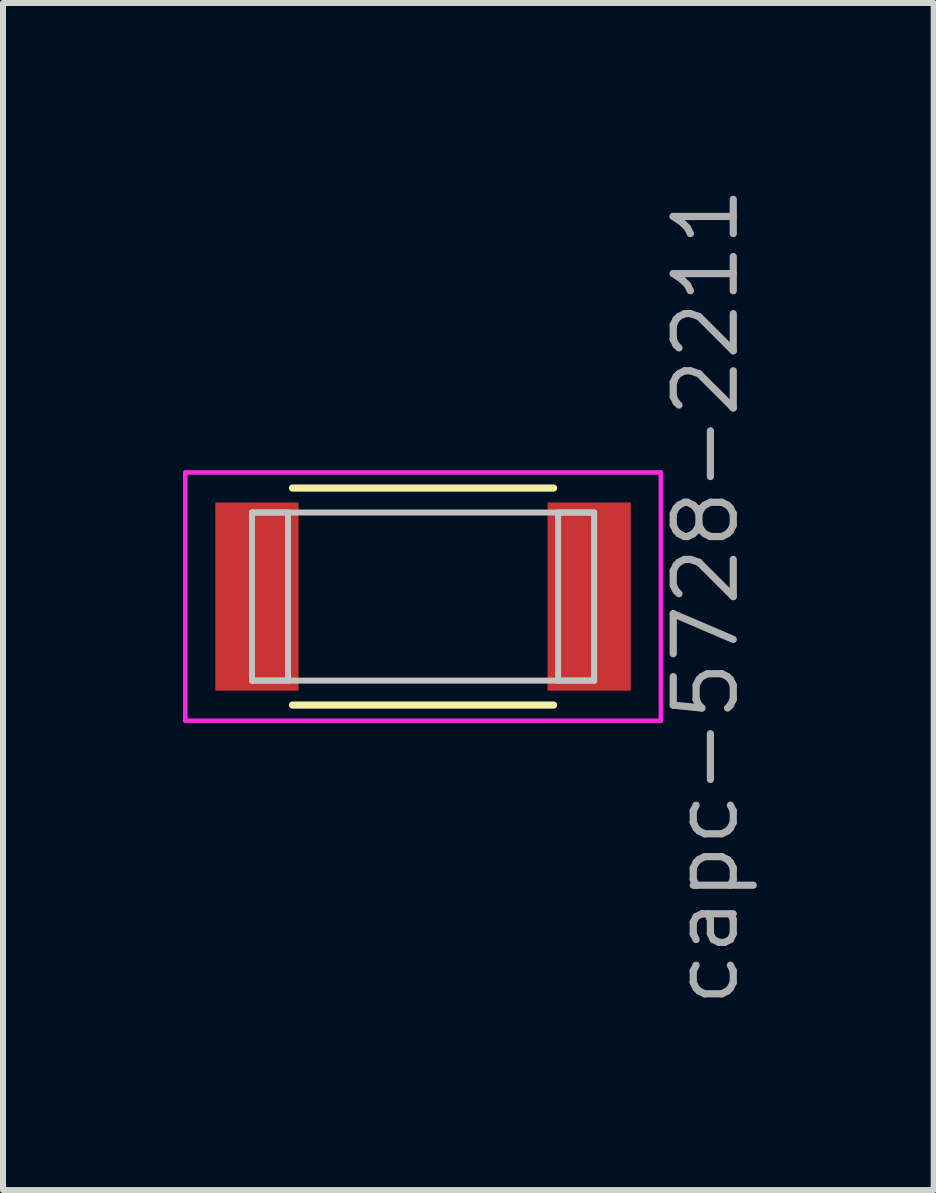
<source format=kicad_pcb>
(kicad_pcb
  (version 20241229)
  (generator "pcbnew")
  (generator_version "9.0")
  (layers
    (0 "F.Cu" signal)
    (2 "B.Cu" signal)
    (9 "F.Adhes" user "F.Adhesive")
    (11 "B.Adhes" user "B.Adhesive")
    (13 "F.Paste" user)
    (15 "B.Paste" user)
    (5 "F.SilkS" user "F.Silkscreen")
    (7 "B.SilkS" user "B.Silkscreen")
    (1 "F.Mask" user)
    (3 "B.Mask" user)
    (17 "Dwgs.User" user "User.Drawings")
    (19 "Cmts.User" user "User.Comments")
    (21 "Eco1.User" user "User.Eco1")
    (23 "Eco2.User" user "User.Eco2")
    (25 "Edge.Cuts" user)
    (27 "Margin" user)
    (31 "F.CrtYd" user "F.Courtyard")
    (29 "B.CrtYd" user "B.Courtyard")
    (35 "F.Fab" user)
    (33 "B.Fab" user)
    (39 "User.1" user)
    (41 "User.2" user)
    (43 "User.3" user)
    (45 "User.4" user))
  (footprint "capc-5728-2211"
    (layer "F.Cu")
    (at 3.999 6.89)
    (property "Reference" "capc-5728-2211" (at 4.712 0 90) (layer "F.Fab") (effects (font (size 1 1) (thickness 0.12))))
    (attr through_hole)
    (fp_line (start -2.175 -1.808) (end 2.175 -1.808) (stroke (width 0.12) (type solid)) (layer "F.SilkS"))
    (fp_line (start -2.175 1.808) (end 2.175 1.808) (stroke (width 0.12) (type solid)) (layer "F.SilkS"))
    (fp_line (start -2.85 -1.4) (end -2.85 1.4) (stroke (width 0.1) (type solid)) (layer "Dwgs.User"))
    (fp_line (start -2.85 -1.4) (end -2.85 1.4) (stroke (width 0.1) (type solid)) (layer "Dwgs.User"))
    (fp_line (start -2.85 1.4) (end -2.25 1.4) (stroke (width 0.1) (type solid)) (layer "Dwgs.User"))
    (fp_line (start -2.85 1.4) (end 2.85 1.4) (stroke (width 0.1) (type solid)) (layer "Dwgs.User"))
    (fp_line (start -2.25 -1.4) (end -2.85 -1.4) (stroke (width 0.1) (type solid)) (layer "Dwgs.User"))
    (fp_line (start -2.25 1.4) (end -2.25 -1.4) (stroke (width 0.1) (type solid)) (layer "Dwgs.User"))
    (fp_line (start 2.25 -1.4) (end 2.25 1.4) (stroke (width 0.1) (type solid)) (layer "Dwgs.User"))
    (fp_line (start 2.25 1.4) (end 2.85 1.4) (stroke (width 0.1) (type solid)) (layer "Dwgs.User"))
    (fp_line (start 2.85 -1.4) (end -2.85 -1.4) (stroke (width 0.1) (type solid)) (layer "Dwgs.User"))
    (fp_line (start 2.85 -1.4) (end 2.25 -1.4) (stroke (width 0.1) (type solid)) (layer "Dwgs.User"))
    (fp_line (start 2.85 1.4) (end 2.85 -1.4) (stroke (width 0.1) (type solid)) (layer "Dwgs.User"))
    (fp_line (start 2.85 1.4) (end 2.85 -1.4) (stroke (width 0.1) (type solid)) (layer "Dwgs.User"))
    (fp_line (start -3.962 -2.068) (end -3.962 2.068) (stroke (width 0.075) (type solid)) (layer "F.CrtYd"))
    (fp_line (start -3.962 2.068) (end 3.962 2.068) (stroke (width 0.075) (type solid)) (layer "F.CrtYd"))
    (fp_line (start 3.962 -2.068) (end -3.962 -2.068) (stroke (width 0.075) (type solid)) (layer "F.CrtYd"))
    (fp_line (start 3.962 2.068) (end 3.962 -2.068) (stroke (width 0.075) (type solid)) (layer "F.CrtYd"))
    (pad "1" smd rect (at -2.768 0) (size 1.387 3.137) (layers "F.Cu" "F.Mask" "F.Paste"))
    (pad "2" smd rect (at 2.768 0) (size 1.387 3.137) (layers "F.Cu" "F.Mask" "F.Paste")))
  (gr_rect
    (start -3 -3)
    (end 12.507 16.779)
    (stroke (width 0.1) (type default))
    (fill no)
    (layer "Edge.Cuts")))
</source>
